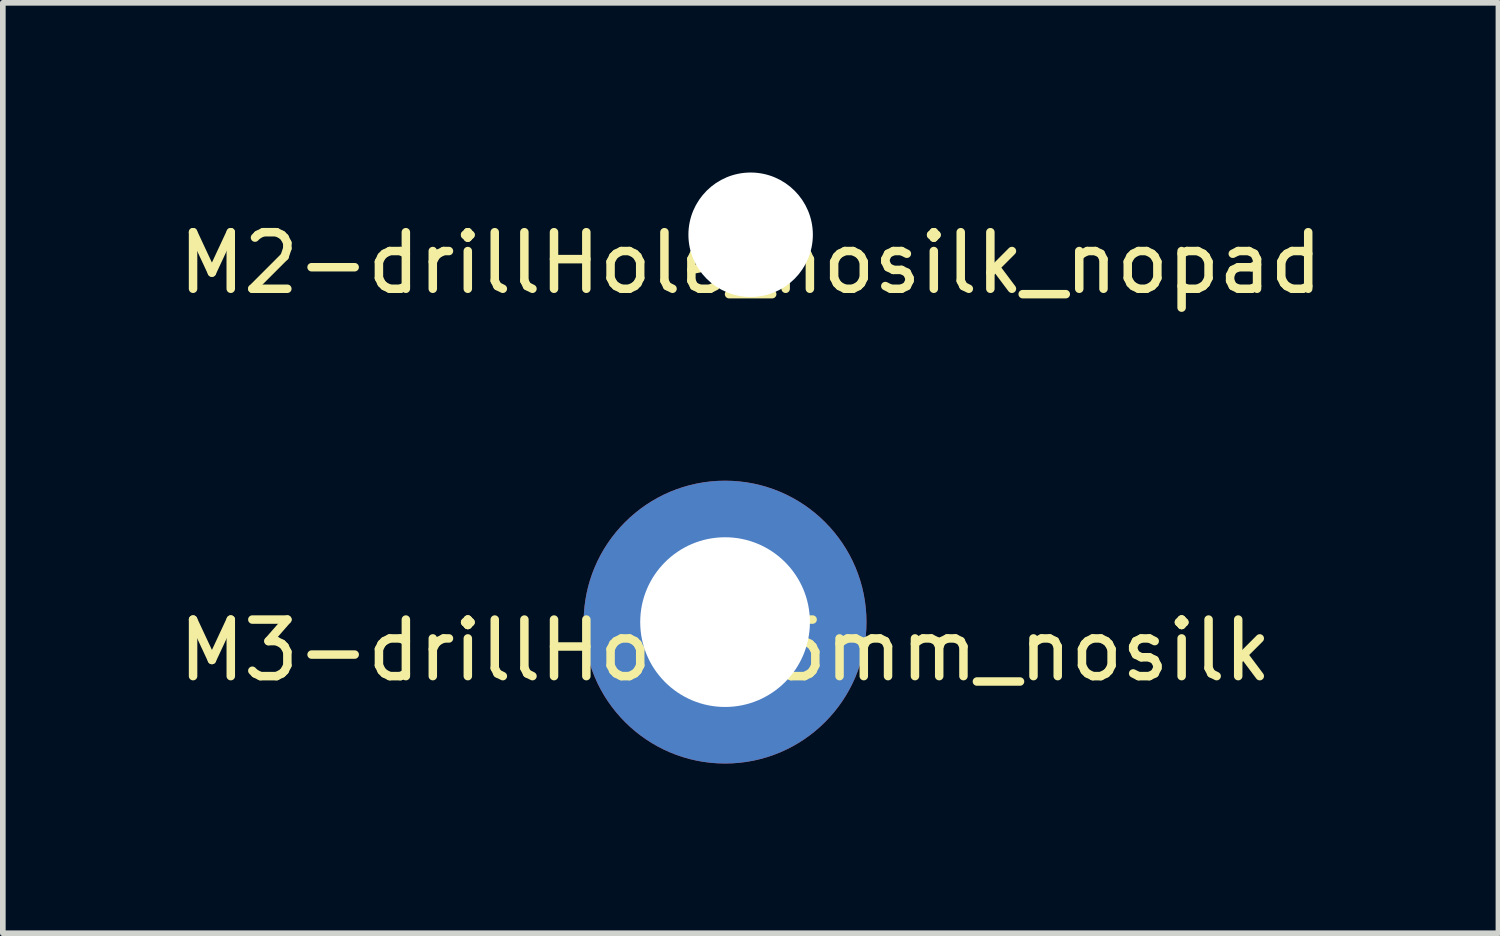
<source format=kicad_pcb>
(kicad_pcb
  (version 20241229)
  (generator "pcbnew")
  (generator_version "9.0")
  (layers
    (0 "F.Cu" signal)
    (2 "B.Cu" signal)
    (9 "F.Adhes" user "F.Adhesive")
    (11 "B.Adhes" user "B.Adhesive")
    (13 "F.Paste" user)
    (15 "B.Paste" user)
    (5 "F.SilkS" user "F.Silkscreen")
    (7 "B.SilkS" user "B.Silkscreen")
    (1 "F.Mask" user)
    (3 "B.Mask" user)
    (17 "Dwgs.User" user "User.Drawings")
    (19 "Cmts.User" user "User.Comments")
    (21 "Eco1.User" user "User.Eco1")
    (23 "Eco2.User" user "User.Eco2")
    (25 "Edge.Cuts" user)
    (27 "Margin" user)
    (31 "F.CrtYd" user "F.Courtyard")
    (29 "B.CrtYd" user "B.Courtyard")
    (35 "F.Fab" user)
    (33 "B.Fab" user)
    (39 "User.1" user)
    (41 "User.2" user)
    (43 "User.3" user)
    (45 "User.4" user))
  (footprint "M3-drillHole_5mm_nosilk"
    (layer "F.Cu")
    (at 9.768 7.948)
    (property "Reference" "M3-drillHole_5mm_nosilk" (at 0 0.5 0) (layer "F.SilkS") (effects (font (size 1 1) (thickness 0.15))))
    (attr through_hole)
    (pad "1" thru_hole circle (at 0 0) (size 5 5) (drill 3) (layers "*.Cu" "*.Mask")))
  (footprint "M2-drillHole_nosilk_nopad"
    (layer "F.Cu")
    (at 10.22 1.1)
    (property "Reference" "M2-drillHole_nosilk_nopad" (at 0 0.5 0) (layer "F.SilkS") (effects (font (size 1 1) (thickness 0.15))))
    (attr through_hole)
    (pad "" np_thru_hole circle (at 0 0) (size 2.2 2.2) (drill 2.2) (layers "*.Cu" "*.Mask")))
  (gr_rect
    (start -3 -3)
    (end 23.44 13.448)
    (stroke (width 0.1) (type default))
    (fill no)
    (layer "Edge.Cuts")))
</source>
